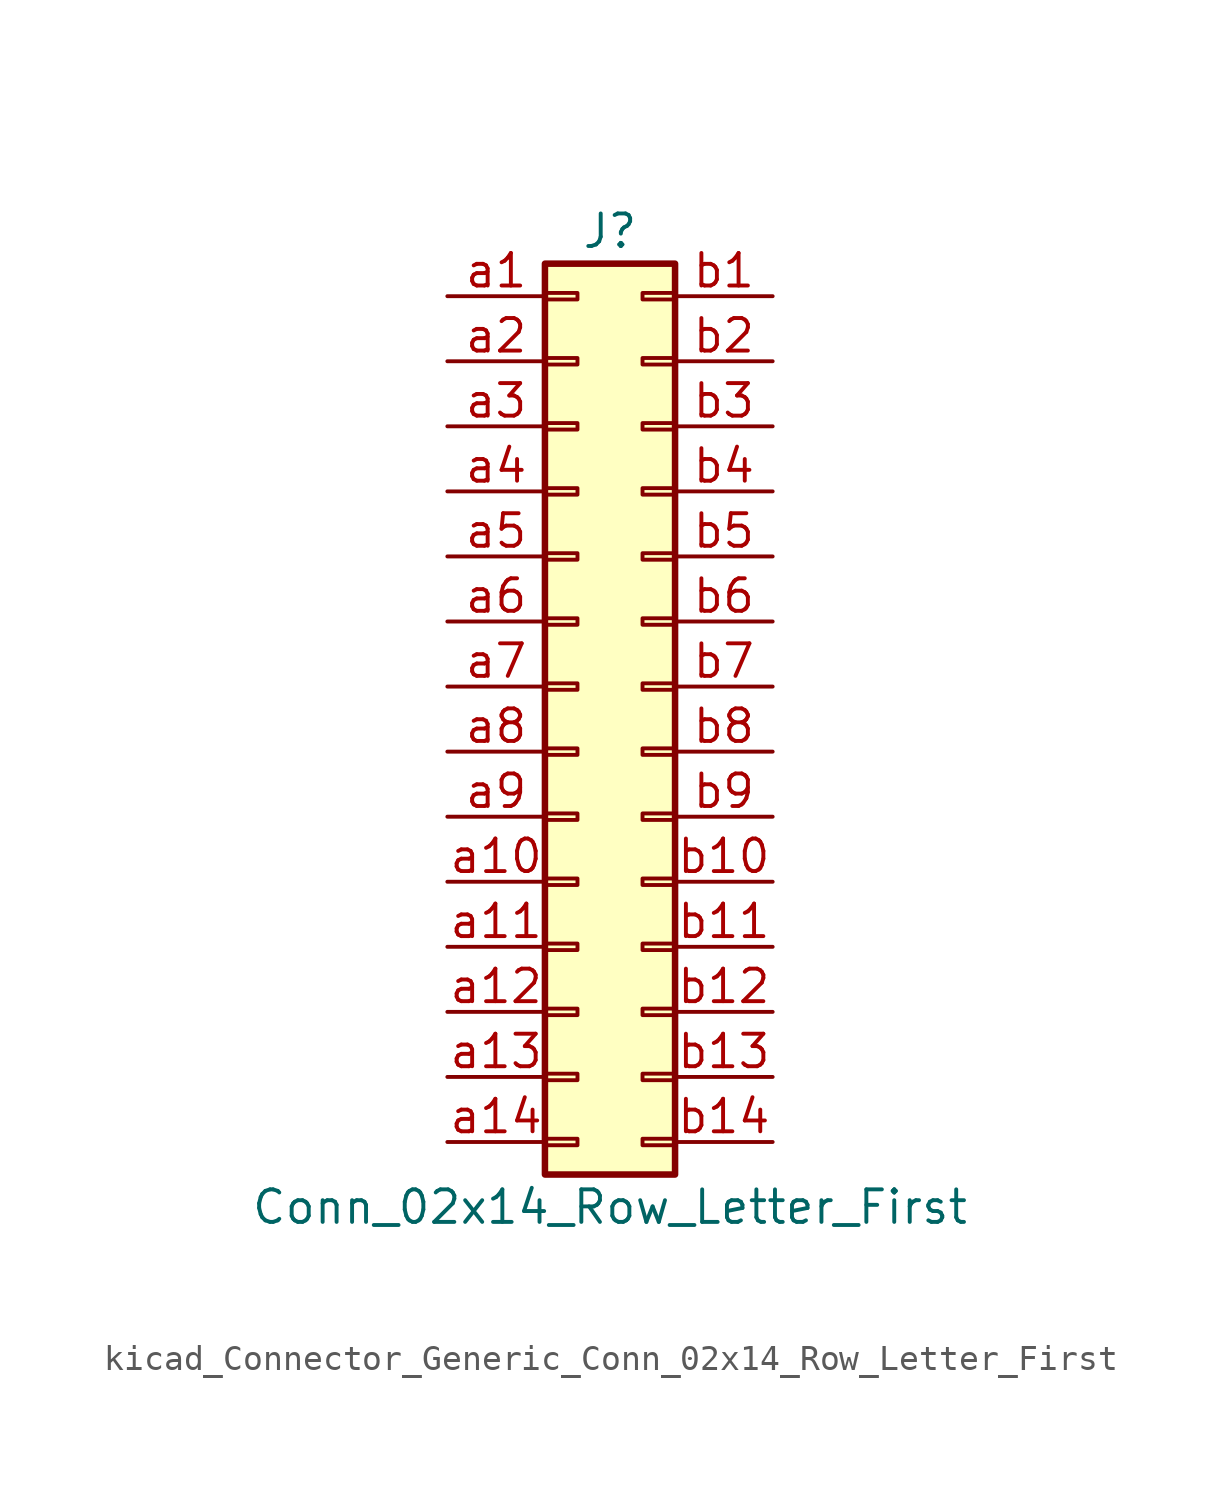
<source format=kicad_sym>
(kicad_symbol_lib
  (version 20220914)
  (generator kicad_symbol_editor)
  (symbol "kicad_Connector_Generic_Conn_02x14_Row_Letter_First"
    (pin_names
      (offset 1.016) hide)
    (property "Reference" "J"
      (at 1.27 17.78 0)
      (effects (font (size 1.27 1.27))))
    (property "Value" "Conn_02x14_Row_Letter_First"
      (at 1.27 -20.32 0)
      (effects (font (size 1.27 1.27))))
    (symbol "kicad_Connector_Generic_Conn_02x14_Row_Letter_First_1_1"
      (rectangle (start -1.27 -17.653) (end 0 -17.907) (stroke (width 0.152) (type default)) (fill (type none)))
      (rectangle (start -1.27 -15.113) (end 0 -15.367) (stroke (width 0.152) (type default)) (fill (type none)))
      (rectangle (start -1.27 -12.573) (end 0 -12.827) (stroke (width 0.152) (type default)) (fill (type none)))
      (rectangle (start -1.27 -10.033) (end 0 -10.287) (stroke (width 0.152) (type default)) (fill (type none)))
      (rectangle (start -1.27 -7.493) (end 0 -7.747) (stroke (width 0.152) (type default)) (fill (type none)))
      (rectangle (start -1.27 -4.953) (end 0 -5.207) (stroke (width 0.152) (type default)) (fill (type none)))
      (rectangle (start -1.27 -2.413) (end 0 -2.667) (stroke (width 0.152) (type default)) (fill (type none)))
      (rectangle (start -1.27 0.127) (end 0 -0.127) (stroke (width 0.152) (type default)) (fill (type none)))
      (rectangle (start -1.27 2.667) (end 0 2.413) (stroke (width 0.152) (type default)) (fill (type none)))
      (rectangle (start -1.27 5.207) (end 0 4.953) (stroke (width 0.152) (type default)) (fill (type none)))
      (rectangle (start -1.27 7.747) (end 0 7.493) (stroke (width 0.152) (type default)) (fill (type none)))
      (rectangle (start -1.27 10.287) (end 0 10.033) (stroke (width 0.152) (type default)) (fill (type none)))
      (rectangle (start -1.27 12.827) (end 0 12.573) (stroke (width 0.152) (type default)) (fill (type none)))
      (rectangle (start -1.27 15.367) (end 0 15.113) (stroke (width 0.152) (type default)) (fill (type none)))
      (rectangle (start -1.27 16.51) (end 3.81 -19.05) (stroke (width 0.254) (type default)) (fill (type background)))
      (rectangle (start 3.81 -17.653) (end 2.54 -17.907) (stroke (width 0.152) (type default)) (fill (type none)))
      (rectangle (start 3.81 -15.113) (end 2.54 -15.367) (stroke (width 0.152) (type default)) (fill (type none)))
      (rectangle (start 3.81 -12.573) (end 2.54 -12.827) (stroke (width 0.152) (type default)) (fill (type none)))
      (rectangle (start 3.81 -10.033) (end 2.54 -10.287) (stroke (width 0.152) (type default)) (fill (type none)))
      (rectangle (start 3.81 -7.493) (end 2.54 -7.747) (stroke (width 0.152) (type default)) (fill (type none)))
      (rectangle (start 3.81 -4.953) (end 2.54 -5.207) (stroke (width 0.152) (type default)) (fill (type none)))
      (rectangle (start 3.81 -2.413) (end 2.54 -2.667) (stroke (width 0.152) (type default)) (fill (type none)))
      (rectangle (start 3.81 0.127) (end 2.54 -0.127) (stroke (width 0.152) (type default)) (fill (type none)))
      (rectangle (start 3.81 2.667) (end 2.54 2.413) (stroke (width 0.152) (type default)) (fill (type none)))
      (rectangle (start 3.81 5.207) (end 2.54 4.953) (stroke (width 0.152) (type default)) (fill (type none)))
      (rectangle (start 3.81 7.747) (end 2.54 7.493) (stroke (width 0.152) (type default)) (fill (type none)))
      (rectangle (start 3.81 10.287) (end 2.54 10.033) (stroke (width 0.152) (type default)) (fill (type none)))
      (rectangle (start 3.81 12.827) (end 2.54 12.573) (stroke (width 0.152) (type default)) (fill (type none)))
      (rectangle (start 3.81 15.367) (end 2.54 15.113) (stroke (width 0.152) (type default)) (fill (type none)))
      (pin passive line (at -5.08 15.24 0) (length 3.81) (name "Pin_a1" (effects (font (size 1.27 1.27)))) (number "a1" (effects (font (size 1.27 1.27)))))
      (pin passive line (at -5.08 -7.62 0) (length 3.81) (name "Pin_a10" (effects (font (size 1.27 1.27)))) (number "a10" (effects (font (size 1.27 1.27)))))
      (pin passive line (at -5.08 -10.16 0) (length 3.81) (name "Pin_a11" (effects (font (size 1.27 1.27)))) (number "a11" (effects (font (size 1.27 1.27)))))
      (pin passive line (at -5.08 -12.7 0) (length 3.81) (name "Pin_a12" (effects (font (size 1.27 1.27)))) (number "a12" (effects (font (size 1.27 1.27)))))
      (pin passive line (at -5.08 -15.24 0) (length 3.81) (name "Pin_a13" (effects (font (size 1.27 1.27)))) (number "a13" (effects (font (size 1.27 1.27)))))
      (pin passive line (at -5.08 -17.78 0) (length 3.81) (name "Pin_a14" (effects (font (size 1.27 1.27)))) (number "a14" (effects (font (size 1.27 1.27)))))
      (pin passive line (at -5.08 12.7 0) (length 3.81) (name "Pin_a2" (effects (font (size 1.27 1.27)))) (number "a2" (effects (font (size 1.27 1.27)))))
      (pin passive line (at -5.08 10.16 0) (length 3.81) (name "Pin_a3" (effects (font (size 1.27 1.27)))) (number "a3" (effects (font (size 1.27 1.27)))))
      (pin passive line (at -5.08 7.62 0) (length 3.81) (name "Pin_a4" (effects (font (size 1.27 1.27)))) (number "a4" (effects (font (size 1.27 1.27)))))
      (pin passive line (at -5.08 5.08 0) (length 3.81) (name "Pin_a5" (effects (font (size 1.27 1.27)))) (number "a5" (effects (font (size 1.27 1.27)))))
      (pin passive line (at -5.08 2.54 0) (length 3.81) (name "Pin_a6" (effects (font (size 1.27 1.27)))) (number "a6" (effects (font (size 1.27 1.27)))))
      (pin passive line (at -5.08 0 0) (length 3.81) (name "Pin_a7" (effects (font (size 1.27 1.27)))) (number "a7" (effects (font (size 1.27 1.27)))))
      (pin passive line (at -5.08 -2.54 0) (length 3.81) (name "Pin_a8" (effects (font (size 1.27 1.27)))) (number "a8" (effects (font (size 1.27 1.27)))))
      (pin passive line (at -5.08 -5.08 0) (length 3.81) (name "Pin_a9" (effects (font (size 1.27 1.27)))) (number "a9" (effects (font (size 1.27 1.27)))))
      (pin passive line (at 7.62 15.24 180) (length 3.81) (name "Pin_b1" (effects (font (size 1.27 1.27)))) (number "b1" (effects (font (size 1.27 1.27)))))
      (pin passive line (at 7.62 -7.62 180) (length 3.81) (name "Pin_b10" (effects (font (size 1.27 1.27)))) (number "b10" (effects (font (size 1.27 1.27)))))
      (pin passive line (at 7.62 -10.16 180) (length 3.81) (name "Pin_b11" (effects (font (size 1.27 1.27)))) (number "b11" (effects (font (size 1.27 1.27)))))
      (pin passive line (at 7.62 -12.7 180) (length 3.81) (name "Pin_b12" (effects (font (size 1.27 1.27)))) (number "b12" (effects (font (size 1.27 1.27)))))
      (pin passive line (at 7.62 -15.24 180) (length 3.81) (name "Pin_b13" (effects (font (size 1.27 1.27)))) (number "b13" (effects (font (size 1.27 1.27)))))
      (pin passive line (at 7.62 -17.78 180) (length 3.81) (name "Pin_b14" (effects (font (size 1.27 1.27)))) (number "b14" (effects (font (size 1.27 1.27)))))
      (pin passive line (at 7.62 12.7 180) (length 3.81) (name "Pin_b2" (effects (font (size 1.27 1.27)))) (number "b2" (effects (font (size 1.27 1.27)))))
      (pin passive line (at 7.62 10.16 180) (length 3.81) (name "Pin_b3" (effects (font (size 1.27 1.27)))) (number "b3" (effects (font (size 1.27 1.27)))))
      (pin passive line (at 7.62 7.62 180) (length 3.81) (name "Pin_b4" (effects (font (size 1.27 1.27)))) (number "b4" (effects (font (size 1.27 1.27)))))
      (pin passive line (at 7.62 5.08 180) (length 3.81) (name "Pin_b5" (effects (font (size 1.27 1.27)))) (number "b5" (effects (font (size 1.27 1.27)))))
      (pin passive line (at 7.62 2.54 180) (length 3.81) (name "Pin_b6" (effects (font (size 1.27 1.27)))) (number "b6" (effects (font (size 1.27 1.27)))))
      (pin passive line (at 7.62 0 180) (length 3.81) (name "Pin_b7" (effects (font (size 1.27 1.27)))) (number "b7" (effects (font (size 1.27 1.27)))))
      (pin passive line (at 7.62 -2.54 180) (length 3.81) (name "Pin_b8" (effects (font (size 1.27 1.27)))) (number "b8" (effects (font (size 1.27 1.27)))))
      (pin passive line (at 7.62 -5.08 180) (length 3.81) (name "Pin_b9" (effects (font (size 1.27 1.27)))) (number "b9" (effects (font (size 1.27 1.27))))))))
</source>
